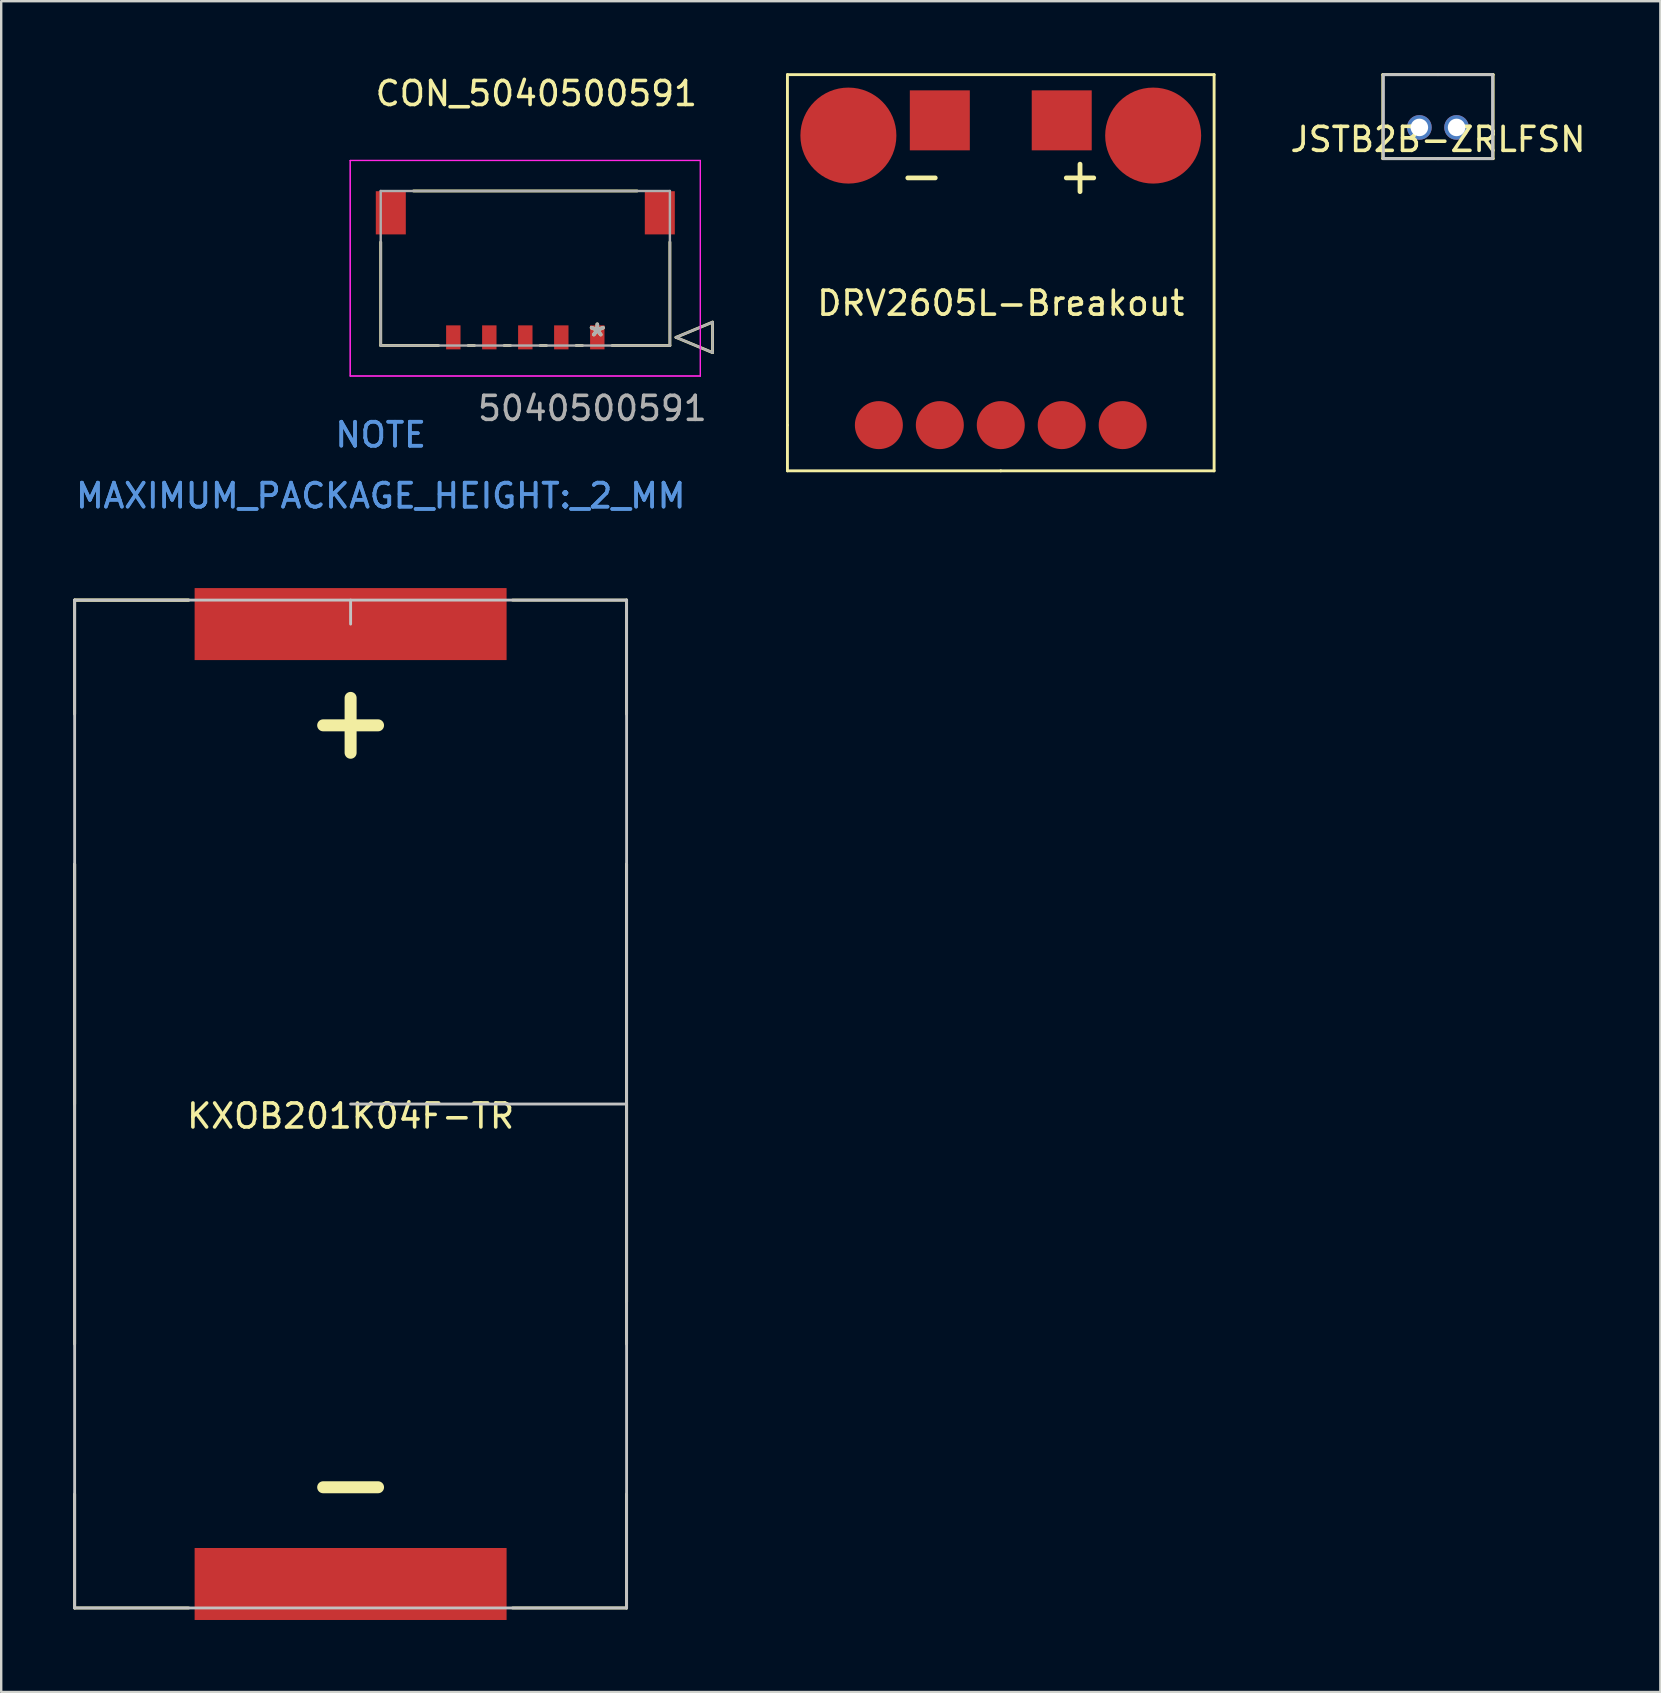
<source format=kicad_pcb>
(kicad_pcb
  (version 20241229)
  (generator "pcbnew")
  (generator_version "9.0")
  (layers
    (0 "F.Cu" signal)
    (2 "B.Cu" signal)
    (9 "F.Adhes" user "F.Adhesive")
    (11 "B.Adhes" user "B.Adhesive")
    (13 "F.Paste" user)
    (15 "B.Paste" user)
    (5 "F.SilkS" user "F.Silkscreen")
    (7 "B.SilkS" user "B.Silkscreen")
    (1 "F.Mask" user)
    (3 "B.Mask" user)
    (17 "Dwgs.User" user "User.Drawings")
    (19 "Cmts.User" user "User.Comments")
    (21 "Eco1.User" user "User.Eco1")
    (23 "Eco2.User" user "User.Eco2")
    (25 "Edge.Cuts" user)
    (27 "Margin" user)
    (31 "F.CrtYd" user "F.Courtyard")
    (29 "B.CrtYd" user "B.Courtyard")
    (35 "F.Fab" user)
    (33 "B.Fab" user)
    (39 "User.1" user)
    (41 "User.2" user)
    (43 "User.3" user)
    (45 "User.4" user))
  (footprint "KXOB201K04F-TR"
    (layer "F.Cu")
    (at 11.56 42.956)
    (property "Reference" "KXOB201K04F-TR" (at 0 0.5 0) (layer "F.SilkS") (effects (font (size 1 1) (thickness 0.15))))
    (attr through_hole)
    (fp_line (start -11.5 -21) (end -11.5 -16.25) (stroke (width 0.12) (type solid)) (layer "F.SilkS"))
    (fp_line (start -11.5 -21) (end -6.75 -21) (stroke (width 0.12) (type solid)) (layer "F.SilkS"))
    (fp_line (start -11.5 -10) (end -11.5 10) (stroke (width 0.12) (type solid)) (layer "F.SilkS"))
    (fp_line (start -11.5 0) (end -11.5 -10) (stroke (width 0.12) (type solid)) (layer "F.SilkS"))
    (fp_line (start -11.5 21) (end -11.5 16.25) (stroke (width 0.12) (type solid)) (layer "F.SilkS"))
    (fp_line (start -11.5 21) (end -6.75 21) (stroke (width 0.12) (type solid)) (layer "F.SilkS"))
    (fp_line (start -6.75 -21) (end -11.5 -21) (stroke (width 0.12) (type solid)) (layer "F.SilkS"))
    (fp_line (start 6.75 -21) (end 11.5 -21) (stroke (width 0.12) (type solid)) (layer "F.SilkS"))
    (fp_line (start 6.75 21) (end 11.5 21) (stroke (width 0.12) (type solid)) (layer "F.SilkS"))
    (fp_line (start 11.5 -21) (end 11.5 -16.25) (stroke (width 0.12) (type solid)) (layer "F.SilkS"))
    (fp_line (start 11.5 -10) (end 11.5 8.25) (stroke (width 0.12) (type solid)) (layer "F.SilkS"))
    (fp_line (start 11.5 0) (end 11.5 -10) (stroke (width 0.12) (type solid)) (layer "F.SilkS"))
    (fp_line (start 11.5 0) (end 11.5 10) (stroke (width 0.12) (type solid)) (layer "F.SilkS"))
    (fp_line (start 11.5 8.25) (end 11.5 0) (stroke (width 0.12) (type solid)) (layer "F.SilkS"))
    (fp_line (start 11.5 21) (end 11.5 16.25) (stroke (width 0.12) (type solid)) (layer "F.SilkS"))
    (fp_line (start -11.5 -21) (end -11.5 21) (stroke (width 0.12) (type solid)) (layer "Dwgs.User"))
    (fp_line (start -11.5 21) (end 11.5 21) (stroke (width 0.12) (type solid)) (layer "Dwgs.User"))
    (fp_line (start 0 -21) (end 0 -20) (stroke (width 0.12) (type solid)) (layer "Dwgs.User"))
    (fp_line (start 0 0) (end 11.5 0) (stroke (width 0.12) (type solid)) (layer "Dwgs.User"))
    (fp_line (start 11.5 -21) (end -11.5 -21) (stroke (width 0.12) (type solid)) (layer "Dwgs.User"))
    (fp_line (start 11.5 0) (end 11.5 -21) (stroke (width 0.12) (type solid)) (layer "Dwgs.User"))
    (fp_line (start 11.5 21) (end 11.5 0) (stroke (width 0.12) (type solid)) (layer "Dwgs.User"))
    (fp_text user "-" (at 0 15.75 0) (layer "F.SilkS") (effects (font (size 3 3) (thickness 0.5))))
    (fp_text user "+" (at 0 -16 0) (layer "F.SilkS") (effects (font (size 3 3) (thickness 0.5))))
    (pad "1" smd rect (at 0 -20) (size 13 3) (layers "F.Cu" "F.Mask" "F.Paste"))
    (pad "2" smd rect (at 0 20) (size 13 3) (layers "F.Cu" "F.Mask" "F.Paste")))
  (footprint "JSTB2B-ZRLFSN"
    (layer "F.Cu")
    (at 56.871 2.26)
    (property "Reference" "JSTB2B-ZRLFSN" (at 0 0.5 0) (layer "F.SilkS") (effects (font (size 1 1) (thickness 0.15))))
    (attr through_hole)
    (fp_line (start -2.3 -2.2) (end 2.3 -2.2) (stroke (width 0.12) (type solid)) (layer "F.SilkS"))
    (fp_line (start -2.3 1.3) (end -2.3 -2.2) (stroke (width 0.12) (type solid)) (layer "F.SilkS"))
    (fp_line (start 2.3 -2.2) (end 2.3 1.3) (stroke (width 0.12) (type solid)) (layer "F.SilkS"))
    (fp_line (start 2.3 1.3) (end -2.3 1.3) (stroke (width 0.12) (type solid)) (layer "F.SilkS"))
    (fp_line (start -2.275 1.3) (end -2.275 -2.2) (stroke (width 0.12) (type solid)) (layer "Dwgs.User"))
    (fp_line (start 0 -2.2) (end -2.25 -2.2) (stroke (width 0.12) (type solid)) (layer "Dwgs.User"))
    (fp_line (start 0 -2.2) (end 2.25 -2.2) (stroke (width 0.12) (type solid)) (layer "Dwgs.User"))
    (fp_line (start 0 1.3) (end -2.25 1.3) (stroke (width 0.12) (type solid)) (layer "Dwgs.User"))
    (fp_line (start 0 1.3) (end 2.25 1.3) (stroke (width 0.12) (type solid)) (layer "Dwgs.User"))
    (fp_line (start 2.275 1.3) (end 2.275 -2.2) (stroke (width 0.12) (type solid)) (layer "Dwgs.User"))
    (pad "1" thru_hole circle (at -0.775 0) (size 1.03 1.03) (drill 0.73) (layers "*.Cu" "*.Mask"))
    (pad "2" thru_hole circle (at 0.775 0 180) (size 1.03 1.03) (drill 0.73) (layers "*.Cu" "*.Mask")))
  (footprint "DRV2605L-Breakout"
    (layer "F.Cu")
    (at 38.653 14.665)
    (property "Reference" "DRV2605L-Breakout" (at 0 -5.08 0) (layer "F.SilkS") (effects (font (size 1 1) (thickness 0.15))))
    (attr through_hole)
    (fp_line (start -8.89 -14.605) (end 8.89 -14.605) (stroke (width 0.12) (type solid)) (layer "F.SilkS"))
    (fp_line (start -8.89 0) (end -8.89 -14.605) (stroke (width 0.12) (type solid)) (layer "F.SilkS"))
    (fp_line (start -8.89 1.905) (end -8.89 0) (stroke (width 0.12) (type solid)) (layer "F.SilkS"))
    (fp_line (start 0 1.905) (end -8.89 1.905) (stroke (width 0.12) (type solid)) (layer "F.SilkS"))
    (fp_line (start 0 1.905) (end 8.89 1.905) (stroke (width 0.12) (type solid)) (layer "F.SilkS"))
    (fp_line (start 8.89 1.905) (end 8.89 -14.605) (stroke (width 0.12) (type solid)) (layer "F.SilkS"))
    (fp_text user "-" (at -3.302 -10.414 0) (layer "F.SilkS") (effects (font (size 1.5 1.5) (thickness 0.2))))
    (fp_text user "+" (at 3.302 -10.414 0) (layer "F.SilkS") (effects (font (size 1.5 1.5) (thickness 0.2))))
    (pad "1" smd circle (at -5.08 0) (size 2 2) (layers "F.Cu" "F.Mask" "F.Paste"))
    (pad "2" smd circle (at -2.54 0) (size 2 2) (layers "F.Cu" "F.Mask" "F.Paste"))
    (pad "3" smd circle (at 0 0) (size 2 2) (layers "F.Cu" "F.Mask" "F.Paste"))
    (pad "4" smd circle (at 2.54 0) (size 2 2) (layers "F.Cu" "F.Mask" "F.Paste"))
    (pad "5" smd circle (at 5.08 0) (size 2 2) (layers "F.Cu" "F.Mask" "F.Paste"))
    (pad "6" smd rect (at -2.54 -12.7) (size 2.5 2.5) (layers "F.Cu" "F.Mask" "F.Paste"))
    (pad "7" smd rect (at 2.54 -12.7) (size 2.5 2.5) (layers "F.Cu" "F.Mask" "F.Paste"))
    (pad "8" smd circle (at -6.35 -12.065) (size 4 4) (layers "F.Cu" "F.Mask" "F.Paste"))
    (pad "9" smd circle (at 6.35 -12.065) (size 4 4) (layers "F.Cu" "F.Mask" "F.Paste")))
  (footprint "CON_5040500591"
    (layer "F.Cu")
    (at 21.84 11.008)
    (property "Reference" "CON_5040500591" (at -2.54 -10.16 0) (layer "F.SilkS") (effects (font (size 1 1) (thickness 0.15))))
    (attr through_hole)
    (fp_line (start -9.025 -3.97) (end -9.025 0.34) (stroke (width 0.12) (type solid)) (layer "F.SilkS"))
    (fp_line (start -9.025 0.34) (end -6.62 0.34) (stroke (width 0.12) (type solid)) (layer "F.SilkS"))
    (fp_line (start -5.38 0.34) (end -5.12 0.34) (stroke (width 0.12) (type solid)) (layer "F.SilkS"))
    (fp_line (start -3.88 0.34) (end -3.62 0.34) (stroke (width 0.12) (type solid)) (layer "F.SilkS"))
    (fp_line (start -2.38 0.34) (end -2.12 0.34) (stroke (width 0.12) (type solid)) (layer "F.SilkS"))
    (fp_line (start -0.88 0.34) (end -0.62 0.34) (stroke (width 0.12) (type solid)) (layer "F.SilkS"))
    (fp_line (start 0.62 0.34) (end 3.025 0.34) (stroke (width 0.12) (type solid)) (layer "F.SilkS"))
    (fp_line (start 1.66 -6.1) (end -7.66 -6.1) (stroke (width 0.12) (type solid)) (layer "F.SilkS"))
    (fp_line (start 3.025 0.34) (end 3.025 -3.97) (stroke (width 0.12) (type solid)) (layer "F.SilkS"))
    (fp_line (start 3.279 0) (end 4.803 -0.635) (stroke (width 0.12) (type solid)) (layer "F.SilkS"))
    (fp_line (start 4.803 -0.635) (end 4.803 0.635) (stroke (width 0.12) (type solid)) (layer "F.SilkS"))
    (fp_line (start 4.803 0.635) (end 3.279 0) (stroke (width 0.12) (type solid)) (layer "F.SilkS"))
    (fp_line (start -10.295 -7.37) (end -10.295 1.61) (stroke (width 0.05) (type solid)) (layer "F.CrtYd"))
    (fp_line (start -10.295 -7.37) (end -10.295 1.61) (stroke (width 0.05) (type solid)) (layer "F.CrtYd"))
    (fp_line (start -10.295 1.61) (end 4.295 1.61) (stroke (width 0.05) (type solid)) (layer "F.CrtYd"))
    (fp_line (start -10.295 1.61) (end 4.295 1.61) (stroke (width 0.05) (type solid)) (layer "F.CrtYd"))
    (fp_line (start 4.295 -7.37) (end -10.295 -7.37) (stroke (width 0.05) (type solid)) (layer "F.CrtYd"))
    (fp_line (start 4.295 -7.37) (end -10.295 -7.37) (stroke (width 0.05) (type solid)) (layer "F.CrtYd"))
    (fp_line (start 4.295 1.61) (end 4.295 -7.37) (stroke (width 0.05) (type solid)) (layer "F.CrtYd"))
    (fp_line (start 4.295 1.61) (end 4.295 -7.37) (stroke (width 0.05) (type solid)) (layer "F.CrtYd"))
    (fp_line (start -9.025 -6.1) (end -9.025 0.34) (stroke (width 0.1) (type solid)) (layer "F.Fab"))
    (fp_line (start -9.025 0.34) (end 3.025 0.34) (stroke (width 0.1) (type solid)) (layer "F.Fab"))
    (fp_line (start 3.025 -6.1) (end -9.025 -6.1) (stroke (width 0.1) (type solid)) (layer "F.Fab"))
    (fp_line (start 3.025 0.34) (end 3.025 -6.1) (stroke (width 0.1) (type solid)) (layer "F.Fab"))
    (fp_line (start 3.279 0) (end 4.803 -0.635) (stroke (width 0.1) (type solid)) (layer "F.Fab"))
    (fp_line (start 4.803 -0.635) (end 4.803 0.635) (stroke (width 0.1) (type solid)) (layer "F.Fab"))
    (fp_line (start 4.803 0.635) (end 3.279 0) (stroke (width 0.1) (type solid)) (layer "F.Fab"))
    (fp_text user "*" (at 0 0 0) (layer "F.SilkS") (effects (font (size 1 1) (thickness 0.15))))
    (fp_text user "MAXIMUM_PACKAGE_HEIGHT:_2_MM" (at -9.025 6.6 0) (layer "Cmts.User") (effects (font (size 1 1) (thickness 0.15))))
    (fp_text user "NOTE" (at -9.025 4.06 0) (layer "Cmts.User") (effects (font (size 1 1) (thickness 0.15))))
    (fp_text user "MAXIMUM_PACKAGE_HEIGHT:_2_MM" (at -9.025 6.6 0) (layer "Cmts.User") (effects (font (size 1 1) (thickness 0.15))))
    (fp_text user "Copyright 2021 Accelerated Designs. All rights reserved." (at 0 0 0) (layer "Cmts.User") (effects (font (size 0.127 0.127) (thickness 0.002))))
    (fp_text user "NOTE" (at -9.025 4.06 0) (layer "Cmts.User") (effects (font (size 1 1) (thickness 0.15))))
    (fp_text user "*" (at 0 0 0) (layer "F.Fab") (effects (font (size 1 1) (thickness 0.15))))
    (fp_text user "5040500591" (at -0.206 2.962 0) (layer "F.Fab") (effects (font (size 1 1) (thickness 0.15))))
    (pad "1" smd rect (at 0 0) (size 0.6 1) (layers "F.Cu" "F.Mask" "F.Paste"))
    (pad "2" smd rect (at -1.5 0) (size 0.6 1) (layers "F.Cu" "F.Mask" "F.Paste"))
    (pad "3" smd rect (at -3 0) (size 0.6 1) (layers "F.Cu" "F.Mask" "F.Paste"))
    (pad "4" smd rect (at -4.5 0) (size 0.6 1) (layers "F.Cu" "F.Mask" "F.Paste"))
    (pad "5" smd rect (at -6 0) (size 0.6 1) (layers "F.Cu" "F.Mask" "F.Paste"))
    (pad "6" smd rect (at 2.605 -5.19) (size 1.25 1.8) (layers "F.Cu" "F.Mask" "F.Paste"))
    (pad "7" smd rect (at -8.605 -5.19) (size 1.25 1.8) (layers "F.Cu" "F.Mask" "F.Paste")))
  (gr_rect
    (start -3 -3)
    (end 66.139 67.456)
    (stroke (width 0.1) (type default))
    (fill no)
    (layer "Edge.Cuts")))
</source>
